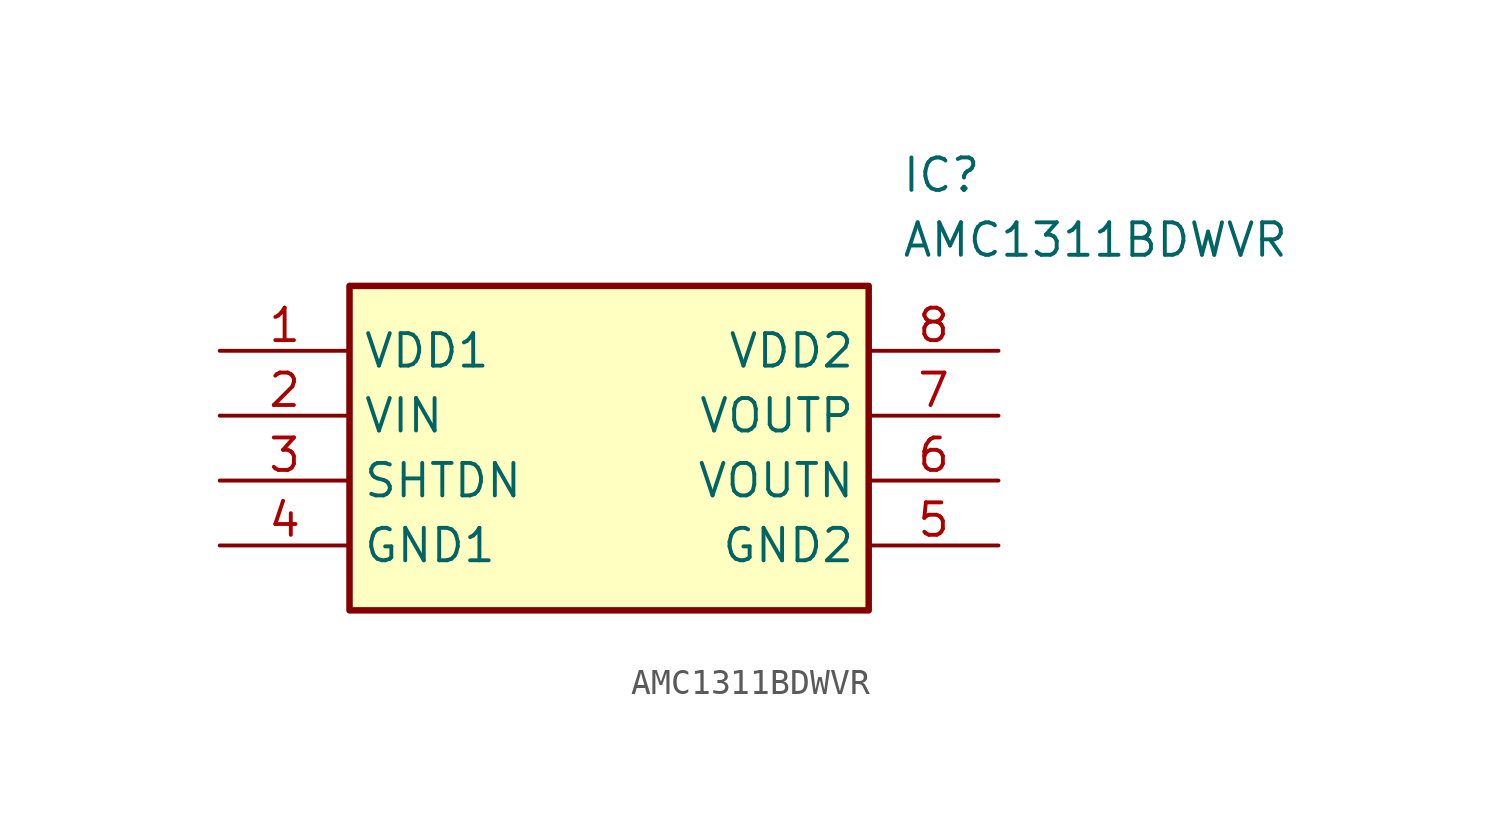
<source format=kicad_sym>
(kicad_symbol_lib
  (version 20211014)
  (generator SamacSys_ECAD_Model)
  (symbol "AMC1311BDWVR"
    (property "Reference" "IC"
      (at 26.67 7.62 0)
      (effects (font (size 1.27 1.27)) (justify left top)))
    (property "Value" "AMC1311BDWVR"
      (at 26.67 5.08 0)
      (effects (font (size 1.27 1.27)) (justify left top)))
    (rectangle
      (start 5.08 2.54)
      (end 25.4 -10.16)
      (stroke (width 0.254) (type default))
      (fill (type background)))
    (pin passive line
      (at 0 0 0)
      (length 5.08)
      (name "VDD1" (effects (font (size 1.27 1.27))))
      (number "1" (effects (font (size 1.27 1.27)))))
    (pin passive line
      (at 0 -2.54 0)
      (length 5.08)
      (name "VIN" (effects (font (size 1.27 1.27))))
      (number "2" (effects (font (size 1.27 1.27)))))
    (pin passive line
      (at 0 -5.08 0)
      (length 5.08)
      (name "SHTDN" (effects (font (size 1.27 1.27))))
      (number "3" (effects (font (size 1.27 1.27)))))
    (pin passive line
      (at 0 -7.62 0)
      (length 5.08)
      (name "GND1" (effects (font (size 1.27 1.27))))
      (number "4" (effects (font (size 1.27 1.27)))))
    (pin passive line
      (at 30.48 0 180)
      (length 5.08)
      (name "VDD2" (effects (font (size 1.27 1.27))))
      (number "8" (effects (font (size 1.27 1.27)))))
    (pin passive line
      (at 30.48 -2.54 180)
      (length 5.08)
      (name "VOUTP" (effects (font (size 1.27 1.27))))
      (number "7" (effects (font (size 1.27 1.27)))))
    (pin passive line
      (at 30.48 -5.08 180)
      (length 5.08)
      (name "VOUTN" (effects (font (size 1.27 1.27))))
      (number "6" (effects (font (size 1.27 1.27)))))
    (pin passive line
      (at 30.48 -7.62 180)
      (length 5.08)
      (name "GND2" (effects (font (size 1.27 1.27))))
      (number "5" (effects (font (size 1.27 1.27)))))))
</source>
